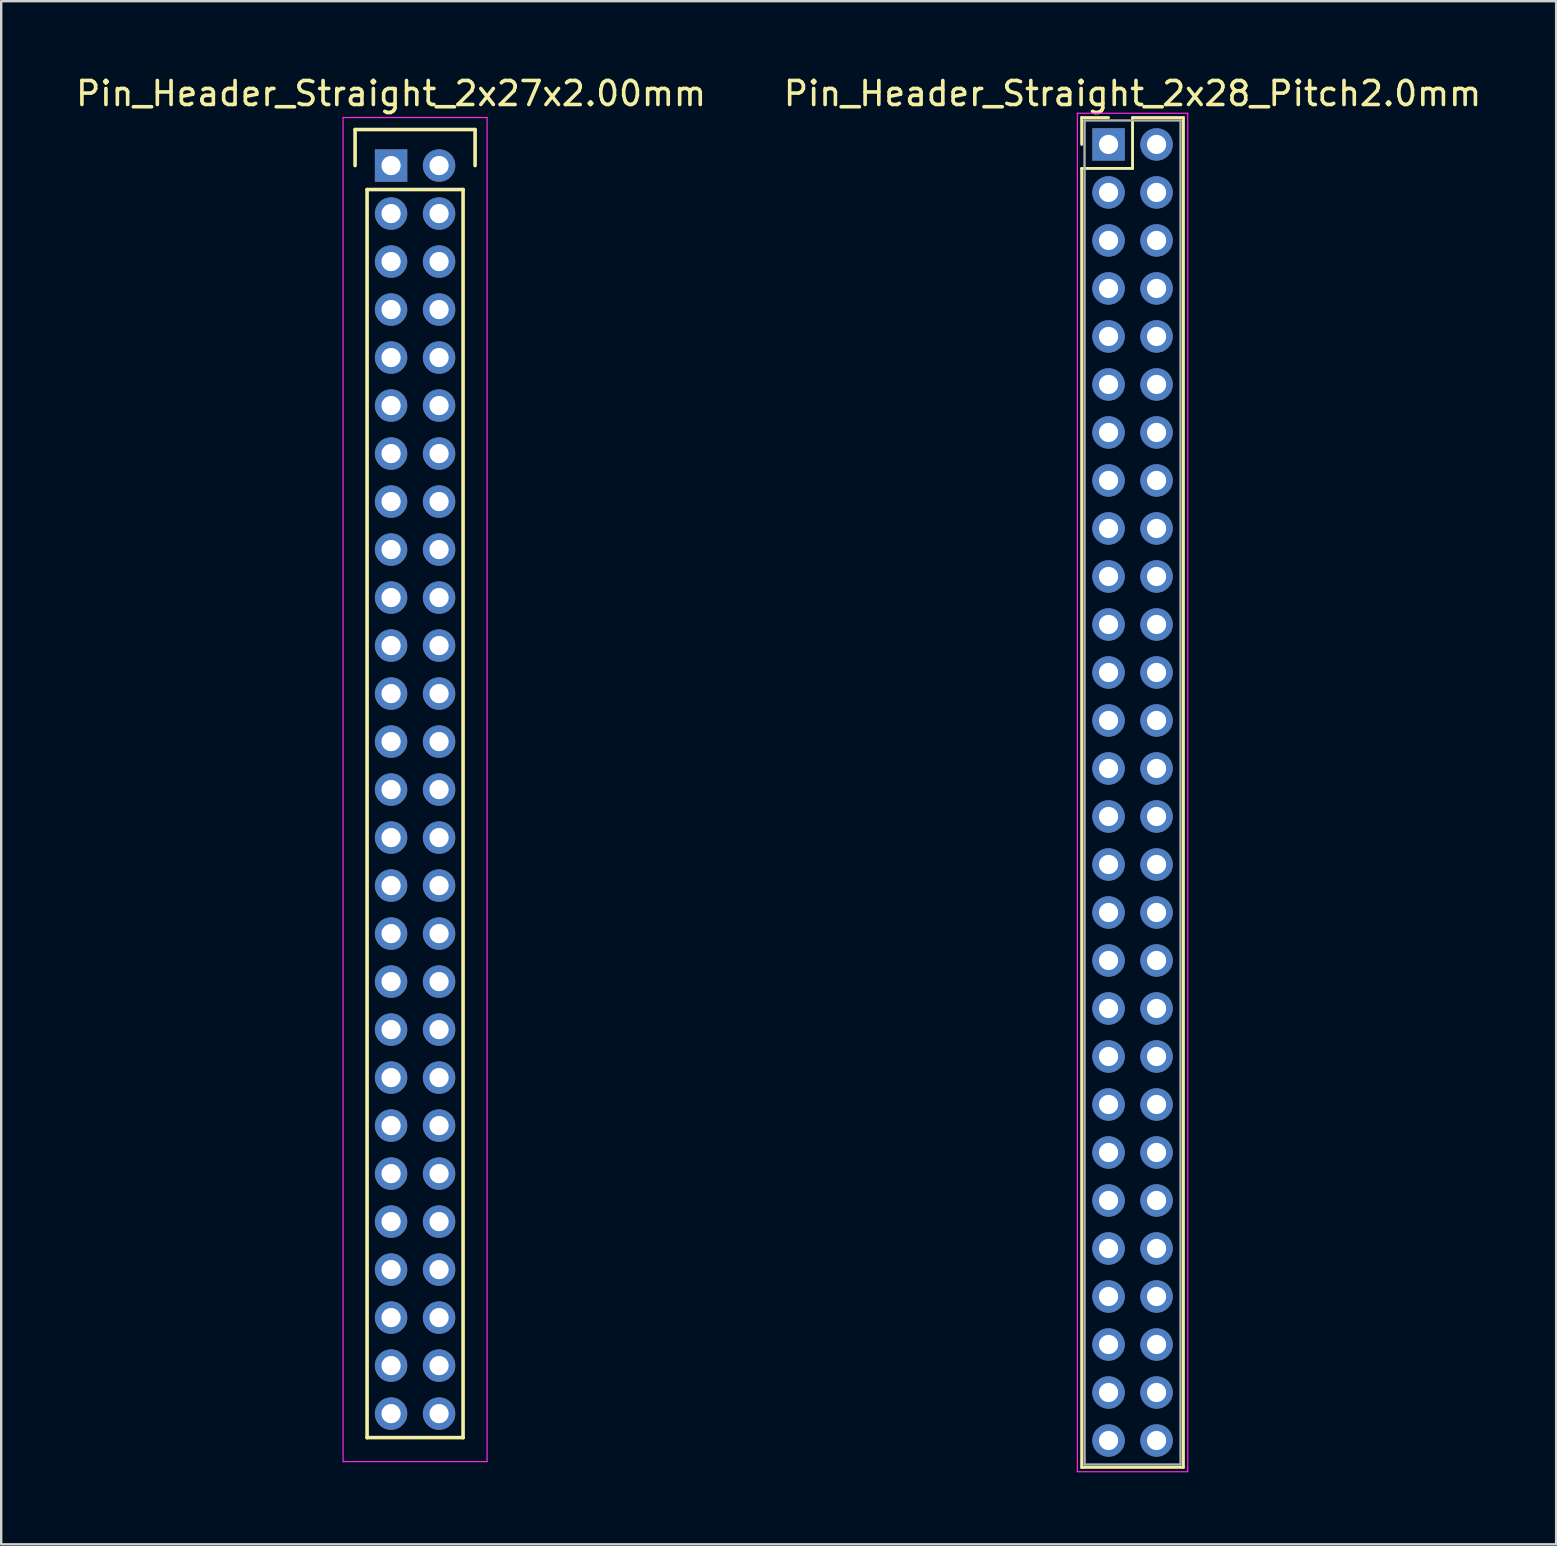
<source format=kicad_pcb>
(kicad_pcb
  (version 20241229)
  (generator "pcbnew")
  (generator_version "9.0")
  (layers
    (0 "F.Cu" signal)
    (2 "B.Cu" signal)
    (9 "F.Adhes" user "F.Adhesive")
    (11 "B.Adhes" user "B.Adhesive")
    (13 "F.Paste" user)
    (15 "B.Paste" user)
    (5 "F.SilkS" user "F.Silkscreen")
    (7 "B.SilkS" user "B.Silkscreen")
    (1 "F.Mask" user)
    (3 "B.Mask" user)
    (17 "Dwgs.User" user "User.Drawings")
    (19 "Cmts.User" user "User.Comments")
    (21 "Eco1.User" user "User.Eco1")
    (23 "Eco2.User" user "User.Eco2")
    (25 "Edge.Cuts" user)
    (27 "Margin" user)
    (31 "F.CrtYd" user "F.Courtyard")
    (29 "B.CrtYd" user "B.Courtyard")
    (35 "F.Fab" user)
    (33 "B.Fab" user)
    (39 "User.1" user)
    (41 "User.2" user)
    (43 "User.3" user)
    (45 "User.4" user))
  (footprint "Pin_Header_Straight_2x27x2.00mm"
    (layer "F.Cu")
    (at 13.244 3.848)
    (property "Reference" "Pin_Header_Straight_2x27x2.00mm" (at 0 -3 0) (layer "F.SilkS") (effects (font (size 1 1) (thickness 0.15))))
    (attr through_hole)
    (fp_line (start -1.5 -1.5) (end 3.5 -1.5) (stroke (width 0.15) (type solid)) (layer "F.SilkS"))
    (fp_line (start -1.5 0) (end -1.5 -1.5) (stroke (width 0.15) (type solid)) (layer "F.SilkS"))
    (fp_line (start -1 1) (end 3 1) (stroke (width 0.15) (type solid)) (layer "F.SilkS"))
    (fp_line (start -1 53) (end -1 1) (stroke (width 0.15) (type solid)) (layer "F.SilkS"))
    (fp_line (start 3 1) (end 3 53) (stroke (width 0.15) (type solid)) (layer "F.SilkS"))
    (fp_line (start 3 53) (end -1 53) (stroke (width 0.15) (type solid)) (layer "F.SilkS"))
    (fp_line (start 3.5 -1.5) (end 3.5 0) (stroke (width 0.15) (type solid)) (layer "F.SilkS"))
    (fp_line (start -2 -2) (end 4 -2) (stroke (width 0.05) (type solid)) (layer "F.CrtYd"))
    (fp_line (start -2 54) (end -2 -2) (stroke (width 0.05) (type solid)) (layer "F.CrtYd"))
    (fp_line (start 4 -2) (end 4 54) (stroke (width 0.05) (type solid)) (layer "F.CrtYd"))
    (fp_line (start 4 54) (end -2 54) (stroke (width 0.05) (type solid)) (layer "F.CrtYd"))
    (pad "1" thru_hole rect (at 0 0) (size 1.35 1.35) (drill 0.8) (layers "*.Cu" "*.Mask"))
    (pad "2" thru_hole circle (at 2 0) (size 1.35 1.35) (drill 0.8) (layers "*.Cu" "*.Mask"))
    (pad "3" thru_hole circle (at 0 2) (size 1.35 1.35) (drill 0.8) (layers "*.Cu" "*.Mask"))
    (pad "4" thru_hole circle (at 2 2) (size 1.35 1.35) (drill 0.8) (layers "*.Cu" "*.Mask"))
    (pad "5" thru_hole circle (at 0 4) (size 1.35 1.35) (drill 0.8) (layers "*.Cu" "*.Mask"))
    (pad "6" thru_hole circle (at 2 4) (size 1.35 1.35) (drill 0.8) (layers "*.Cu" "*.Mask"))
    (pad "7" thru_hole circle (at 0 6) (size 1.35 1.35) (drill 0.8) (layers "*.Cu" "*.Mask"))
    (pad "8" thru_hole circle (at 2 6) (size 1.35 1.35) (drill 0.8) (layers "*.Cu" "*.Mask"))
    (pad "9" thru_hole circle (at 0 8) (size 1.35 1.35) (drill 0.8) (layers "*.Cu" "*.Mask"))
    (pad "10" thru_hole circle (at 2 8) (size 1.35 1.35) (drill 0.8) (layers "*.Cu" "*.Mask"))
    (pad "11" thru_hole circle (at 0 10) (size 1.35 1.35) (drill 0.8) (layers "*.Cu" "*.Mask"))
    (pad "12" thru_hole circle (at 2 10) (size 1.35 1.35) (drill 0.8) (layers "*.Cu" "*.Mask"))
    (pad "13" thru_hole circle (at 0 12) (size 1.35 1.35) (drill 0.8) (layers "*.Cu" "*.Mask"))
    (pad "14" thru_hole circle (at 2 12) (size 1.35 1.35) (drill 0.8) (layers "*.Cu" "*.Mask"))
    (pad "15" thru_hole circle (at 0 14) (size 1.35 1.35) (drill 0.8) (layers "*.Cu" "*.Mask"))
    (pad "16" thru_hole circle (at 2 14) (size 1.35 1.35) (drill 0.8) (layers "*.Cu" "*.Mask"))
    (pad "17" thru_hole circle (at 0 16) (size 1.35 1.35) (drill 0.8) (layers "*.Cu" "*.Mask"))
    (pad "18" thru_hole circle (at 2 16) (size 1.35 1.35) (drill 0.8) (layers "*.Cu" "*.Mask"))
    (pad "19" thru_hole circle (at 0 18) (size 1.35 1.35) (drill 0.8) (layers "*.Cu" "*.Mask"))
    (pad "20" thru_hole circle (at 2 18) (size 1.35 1.35) (drill 0.8) (layers "*.Cu" "*.Mask"))
    (pad "21" thru_hole circle (at 0 20) (size 1.35 1.35) (drill 0.8) (layers "*.Cu" "*.Mask"))
    (pad "22" thru_hole circle (at 2 20) (size 1.35 1.35) (drill 0.8) (layers "*.Cu" "*.Mask"))
    (pad "23" thru_hole circle (at 0 22) (size 1.35 1.35) (drill 0.8) (layers "*.Cu" "*.Mask"))
    (pad "24" thru_hole circle (at 2 22) (size 1.35 1.35) (drill 0.8) (layers "*.Cu" "*.Mask"))
    (pad "25" thru_hole circle (at 0 24) (size 1.35 1.35) (drill 0.8) (layers "*.Cu" "*.Mask"))
    (pad "26" thru_hole circle (at 2 24) (size 1.35 1.35) (drill 0.8) (layers "*.Cu" "*.Mask"))
    (pad "27" thru_hole circle (at 0 26) (size 1.35 1.35) (drill 0.8) (layers "*.Cu" "*.Mask"))
    (pad "28" thru_hole circle (at 2 26) (size 1.35 1.35) (drill 0.8) (layers "*.Cu" "*.Mask"))
    (pad "29" thru_hole circle (at 0 28) (size 1.35 1.35) (drill 0.8) (layers "*.Cu" "*.Mask"))
    (pad "30" thru_hole circle (at 2 28) (size 1.35 1.35) (drill 0.8) (layers "*.Cu" "*.Mask"))
    (pad "31" thru_hole circle (at 0 30) (size 1.35 1.35) (drill 0.8) (layers "*.Cu" "*.Mask"))
    (pad "32" thru_hole circle (at 2 30) (size 1.35 1.35) (drill 0.8) (layers "*.Cu" "*.Mask"))
    (pad "33" thru_hole circle (at 0 32) (size 1.35 1.35) (drill 0.8) (layers "*.Cu" "*.Mask"))
    (pad "34" thru_hole circle (at 2 32) (size 1.35 1.35) (drill 0.8) (layers "*.Cu" "*.Mask"))
    (pad "35" thru_hole circle (at 0 34) (size 1.35 1.35) (drill 0.8) (layers "*.Cu" "*.Mask"))
    (pad "36" thru_hole circle (at 2 34) (size 1.35 1.35) (drill 0.8) (layers "*.Cu" "*.Mask"))
    (pad "37" thru_hole circle (at 0 36) (size 1.35 1.35) (drill 0.8) (layers "*.Cu" "*.Mask"))
    (pad "38" thru_hole circle (at 2 36) (size 1.35 1.35) (drill 0.8) (layers "*.Cu" "*.Mask"))
    (pad "39" thru_hole circle (at 0 38) (size 1.35 1.35) (drill 0.8) (layers "*.Cu" "*.Mask"))
    (pad "40" thru_hole circle (at 2 38) (size 1.35 1.35) (drill 0.8) (layers "*.Cu" "*.Mask"))
    (pad "41" thru_hole circle (at 0 40) (size 1.35 1.35) (drill 0.8) (layers "*.Cu" "*.Mask"))
    (pad "42" thru_hole circle (at 2 40) (size 1.35 1.35) (drill 0.8) (layers "*.Cu" "*.Mask"))
    (pad "43" thru_hole circle (at 0 42) (size 1.35 1.35) (drill 0.8) (layers "*.Cu" "*.Mask"))
    (pad "44" thru_hole circle (at 2 42) (size 1.35 1.35) (drill 0.8) (layers "*.Cu" "*.Mask"))
    (pad "45" thru_hole circle (at 0 44) (size 1.35 1.35) (drill 0.8) (layers "*.Cu" "*.Mask"))
    (pad "46" thru_hole circle (at 2 44) (size 1.35 1.35) (drill 0.8) (layers "*.Cu" "*.Mask"))
    (pad "47" thru_hole circle (at 0 46) (size 1.35 1.35) (drill 0.8) (layers "*.Cu" "*.Mask"))
    (pad "48" thru_hole circle (at 2 46) (size 1.35 1.35) (drill 0.8) (layers "*.Cu" "*.Mask"))
    (pad "49" thru_hole circle (at 0 48) (size 1.35 1.35) (drill 0.8) (layers "*.Cu" "*.Mask"))
    (pad "50" thru_hole circle (at 2 48) (size 1.35 1.35) (drill 0.8) (layers "*.Cu" "*.Mask"))
    (pad "51" thru_hole circle (at 0 50) (size 1.35 1.35) (drill 0.8) (layers "*.Cu" "*.Mask"))
    (pad "52" thru_hole circle (at 2 50) (size 1.35 1.35) (drill 0.8) (layers "*.Cu" "*.Mask"))
    (pad "53" thru_hole circle (at 0 52) (size 1.35 1.35) (drill 0.8) (layers "*.Cu" "*.Mask"))
    (pad "54" thru_hole circle (at 2 52) (size 1.35 1.35) (drill 0.8) (layers "*.Cu" "*.Mask")))
  (footprint "Pin_Header_Straight_2x28_Pitch2.0mm"
    (layer "F.Cu")
    (at 43.137 2.968)
    (property "Reference" "Pin_Header_Straight_2x28_Pitch2.0mm" (at 1 -2.12 0) (layer "F.SilkS") (effects (font (size 1 1) (thickness 0.15))))
    (attr through_hole)
    (fp_line (start -1.12 -1.12) (end 0 -1.12) (stroke (width 0.12) (type solid)) (layer "F.SilkS"))
    (fp_line (start -1.12 0) (end -1.12 -1.12) (stroke (width 0.12) (type solid)) (layer "F.SilkS"))
    (fp_line (start -1.12 1) (end -1.12 55.12) (stroke (width 0.12) (type solid)) (layer "F.SilkS"))
    (fp_line (start -1.12 55.12) (end 3.12 55.12) (stroke (width 0.12) (type solid)) (layer "F.SilkS"))
    (fp_line (start 1 -1.12) (end 1 1) (stroke (width 0.12) (type solid)) (layer "F.SilkS"))
    (fp_line (start 1 1) (end -1.12 1) (stroke (width 0.12) (type solid)) (layer "F.SilkS"))
    (fp_line (start 3.12 -1.12) (end 1 -1.12) (stroke (width 0.12) (type solid)) (layer "F.SilkS"))
    (fp_line (start 3.12 55.12) (end 3.12 -1.12) (stroke (width 0.12) (type solid)) (layer "F.SilkS"))
    (fp_line (start -1.3 -1.3) (end -1.3 55.3) (stroke (width 0.05) (type solid)) (layer "F.CrtYd"))
    (fp_line (start -1.3 55.3) (end 3.3 55.3) (stroke (width 0.05) (type solid)) (layer "F.CrtYd"))
    (fp_line (start 3.3 -1.3) (end -1.3 -1.3) (stroke (width 0.05) (type solid)) (layer "F.CrtYd"))
    (fp_line (start 3.3 55.3) (end 3.3 -1.3) (stroke (width 0.05) (type solid)) (layer "F.CrtYd"))
    (fp_line (start -1 -1) (end -1 55) (stroke (width 0.1) (type solid)) (layer "F.Fab"))
    (fp_line (start -1 55) (end 3 55) (stroke (width 0.1) (type solid)) (layer "F.Fab"))
    (fp_line (start 3 -1) (end -1 -1) (stroke (width 0.1) (type solid)) (layer "F.Fab"))
    (fp_line (start 3 55) (end 3 -1) (stroke (width 0.1) (type solid)) (layer "F.Fab"))
    (pad "1" thru_hole rect (at 0 0) (size 1.35 1.35) (drill 0.8) (layers "*.Cu" "*.Mask"))
    (pad "2" thru_hole oval (at 2 0) (size 1.35 1.35) (drill 0.8) (layers "*.Cu" "*.Mask"))
    (pad "3" thru_hole oval (at 0 2) (size 1.35 1.35) (drill 0.8) (layers "*.Cu" "*.Mask"))
    (pad "4" thru_hole oval (at 2 2) (size 1.35 1.35) (drill 0.8) (layers "*.Cu" "*.Mask"))
    (pad "5" thru_hole oval (at 0 4) (size 1.35 1.35) (drill 0.8) (layers "*.Cu" "*.Mask"))
    (pad "6" thru_hole oval (at 2 4) (size 1.35 1.35) (drill 0.8) (layers "*.Cu" "*.Mask"))
    (pad "7" thru_hole oval (at 0 6) (size 1.35 1.35) (drill 0.8) (layers "*.Cu" "*.Mask"))
    (pad "8" thru_hole oval (at 2 6) (size 1.35 1.35) (drill 0.8) (layers "*.Cu" "*.Mask"))
    (pad "9" thru_hole oval (at 0 8) (size 1.35 1.35) (drill 0.8) (layers "*.Cu" "*.Mask"))
    (pad "10" thru_hole oval (at 2 8) (size 1.35 1.35) (drill 0.8) (layers "*.Cu" "*.Mask"))
    (pad "11" thru_hole oval (at 0 10) (size 1.35 1.35) (drill 0.8) (layers "*.Cu" "*.Mask"))
    (pad "12" thru_hole oval (at 2 10) (size 1.35 1.35) (drill 0.8) (layers "*.Cu" "*.Mask"))
    (pad "13" thru_hole oval (at 0 12) (size 1.35 1.35) (drill 0.8) (layers "*.Cu" "*.Mask"))
    (pad "14" thru_hole oval (at 2 12) (size 1.35 1.35) (drill 0.8) (layers "*.Cu" "*.Mask"))
    (pad "15" thru_hole oval (at 0 14) (size 1.35 1.35) (drill 0.8) (layers "*.Cu" "*.Mask"))
    (pad "16" thru_hole oval (at 2 14) (size 1.35 1.35) (drill 0.8) (layers "*.Cu" "*.Mask"))
    (pad "17" thru_hole oval (at 0 16) (size 1.35 1.35) (drill 0.8) (layers "*.Cu" "*.Mask"))
    (pad "18" thru_hole oval (at 2 16) (size 1.35 1.35) (drill 0.8) (layers "*.Cu" "*.Mask"))
    (pad "19" thru_hole oval (at 0 18) (size 1.35 1.35) (drill 0.8) (layers "*.Cu" "*.Mask"))
    (pad "20" thru_hole oval (at 2 18) (size 1.35 1.35) (drill 0.8) (layers "*.Cu" "*.Mask"))
    (pad "21" thru_hole oval (at 0 20) (size 1.35 1.35) (drill 0.8) (layers "*.Cu" "*.Mask"))
    (pad "22" thru_hole oval (at 2 20) (size 1.35 1.35) (drill 0.8) (layers "*.Cu" "*.Mask"))
    (pad "23" thru_hole oval (at 0 22) (size 1.35 1.35) (drill 0.8) (layers "*.Cu" "*.Mask"))
    (pad "24" thru_hole oval (at 2 22) (size 1.35 1.35) (drill 0.8) (layers "*.Cu" "*.Mask"))
    (pad "25" thru_hole oval (at 0 24) (size 1.35 1.35) (drill 0.8) (layers "*.Cu" "*.Mask"))
    (pad "26" thru_hole oval (at 2 24) (size 1.35 1.35) (drill 0.8) (layers "*.Cu" "*.Mask"))
    (pad "27" thru_hole oval (at 0 26) (size 1.35 1.35) (drill 0.8) (layers "*.Cu" "*.Mask"))
    (pad "28" thru_hole oval (at 2 26) (size 1.35 1.35) (drill 0.8) (layers "*.Cu" "*.Mask"))
    (pad "29" thru_hole oval (at 0 28) (size 1.35 1.35) (drill 0.8) (layers "*.Cu" "*.Mask"))
    (pad "30" thru_hole oval (at 2 28) (size 1.35 1.35) (drill 0.8) (layers "*.Cu" "*.Mask"))
    (pad "31" thru_hole oval (at 0 30) (size 1.35 1.35) (drill 0.8) (layers "*.Cu" "*.Mask"))
    (pad "32" thru_hole oval (at 2 30) (size 1.35 1.35) (drill 0.8) (layers "*.Cu" "*.Mask"))
    (pad "33" thru_hole oval (at 0 32) (size 1.35 1.35) (drill 0.8) (layers "*.Cu" "*.Mask"))
    (pad "34" thru_hole oval (at 2 32) (size 1.35 1.35) (drill 0.8) (layers "*.Cu" "*.Mask"))
    (pad "35" thru_hole oval (at 0 34) (size 1.35 1.35) (drill 0.8) (layers "*.Cu" "*.Mask"))
    (pad "36" thru_hole oval (at 2 34) (size 1.35 1.35) (drill 0.8) (layers "*.Cu" "*.Mask"))
    (pad "37" thru_hole oval (at 0 36) (size 1.35 1.35) (drill 0.8) (layers "*.Cu" "*.Mask"))
    (pad "38" thru_hole oval (at 2 36) (size 1.35 1.35) (drill 0.8) (layers "*.Cu" "*.Mask"))
    (pad "39" thru_hole oval (at 0 38) (size 1.35 1.35) (drill 0.8) (layers "*.Cu" "*.Mask"))
    (pad "40" thru_hole oval (at 2 38) (size 1.35 1.35) (drill 0.8) (layers "*.Cu" "*.Mask"))
    (pad "41" thru_hole oval (at 0 40) (size 1.35 1.35) (drill 0.8) (layers "*.Cu" "*.Mask"))
    (pad "42" thru_hole oval (at 2 40) (size 1.35 1.35) (drill 0.8) (layers "*.Cu" "*.Mask"))
    (pad "43" thru_hole oval (at 0 42) (size 1.35 1.35) (drill 0.8) (layers "*.Cu" "*.Mask"))
    (pad "44" thru_hole oval (at 2 42) (size 1.35 1.35) (drill 0.8) (layers "*.Cu" "*.Mask"))
    (pad "45" thru_hole oval (at 0 44) (size 1.35 1.35) (drill 0.8) (layers "*.Cu" "*.Mask"))
    (pad "46" thru_hole oval (at 2 44) (size 1.35 1.35) (drill 0.8) (layers "*.Cu" "*.Mask"))
    (pad "47" thru_hole oval (at 0 46) (size 1.35 1.35) (drill 0.8) (layers "*.Cu" "*.Mask"))
    (pad "48" thru_hole oval (at 2 46) (size 1.35 1.35) (drill 0.8) (layers "*.Cu" "*.Mask"))
    (pad "49" thru_hole oval (at 0 48) (size 1.35 1.35) (drill 0.8) (layers "*.Cu" "*.Mask"))
    (pad "50" thru_hole oval (at 2 48) (size 1.35 1.35) (drill 0.8) (layers "*.Cu" "*.Mask"))
    (pad "51" thru_hole oval (at 0 50) (size 1.35 1.35) (drill 0.8) (layers "*.Cu" "*.Mask"))
    (pad "52" thru_hole oval (at 2 50) (size 1.35 1.35) (drill 0.8) (layers "*.Cu" "*.Mask"))
    (pad "53" thru_hole oval (at 0 52) (size 1.35 1.35) (drill 0.8) (layers "*.Cu" "*.Mask"))
    (pad "54" thru_hole oval (at 2 52) (size 1.35 1.35) (drill 0.8) (layers "*.Cu" "*.Mask"))
    (pad "55" thru_hole oval (at 0 54) (size 1.35 1.35) (drill 0.8) (layers "*.Cu" "*.Mask"))
    (pad "56" thru_hole oval (at 2 54) (size 1.35 1.35) (drill 0.8) (layers "*.Cu" "*.Mask")))
  (gr_rect
    (start -3 -3)
    (end 61.786 61.293)
    (stroke (width 0.1) (type default))
    (fill no)
    (layer "Edge.Cuts")))
</source>
